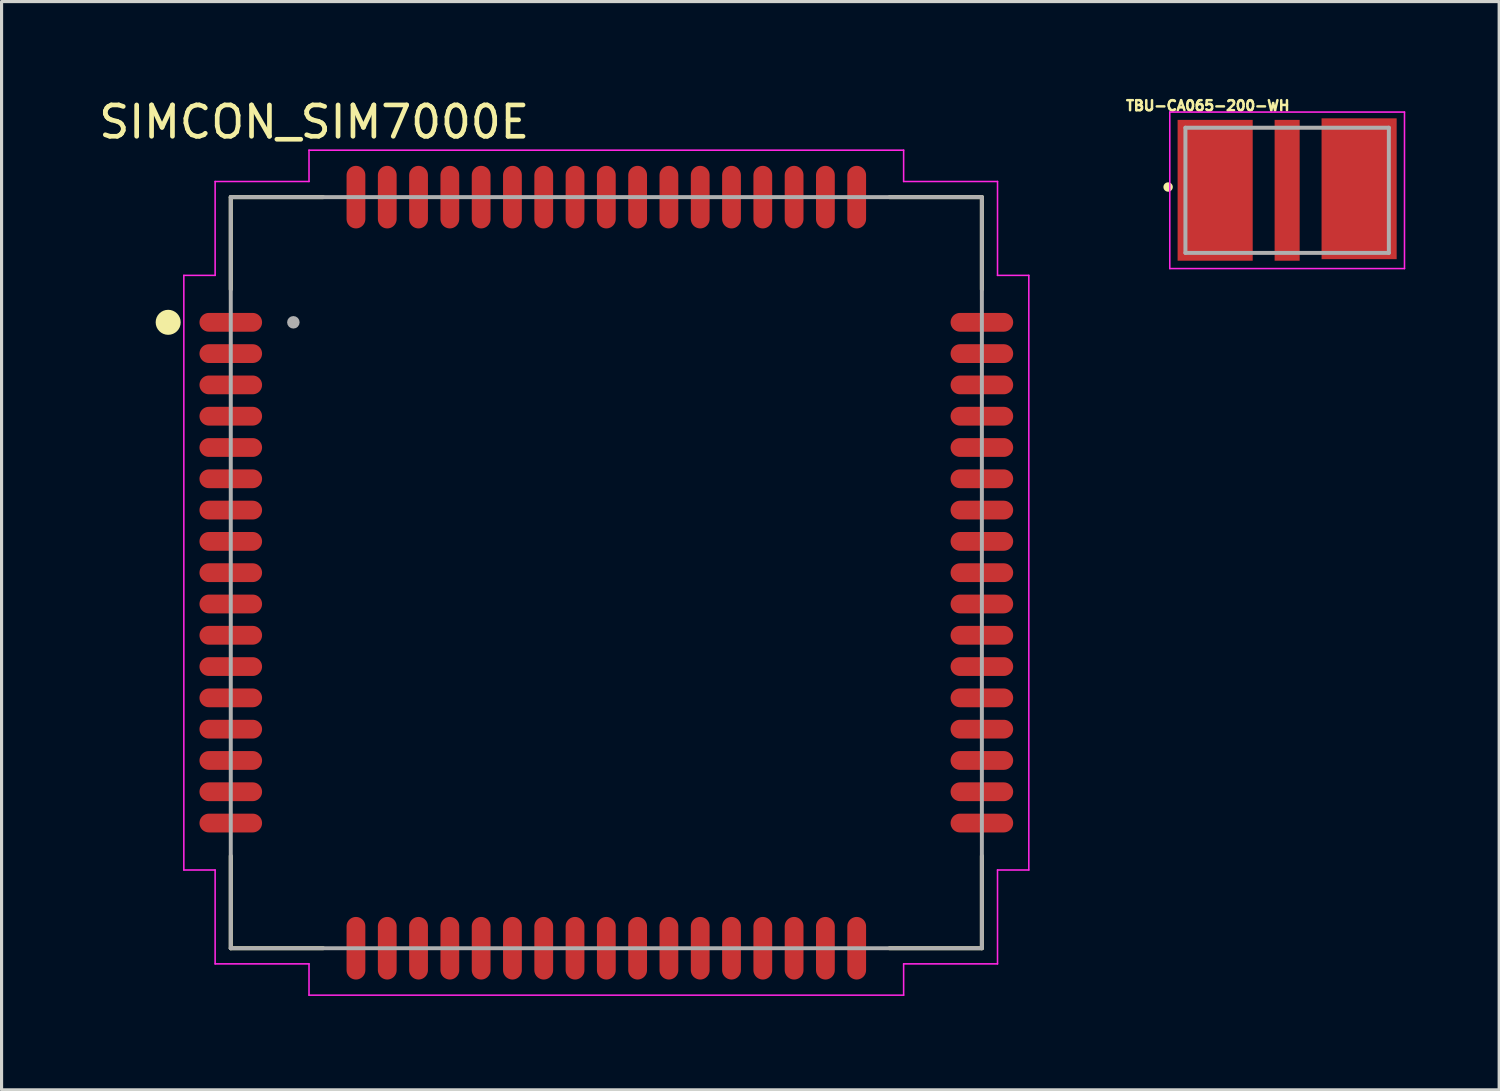
<source format=kicad_pcb>
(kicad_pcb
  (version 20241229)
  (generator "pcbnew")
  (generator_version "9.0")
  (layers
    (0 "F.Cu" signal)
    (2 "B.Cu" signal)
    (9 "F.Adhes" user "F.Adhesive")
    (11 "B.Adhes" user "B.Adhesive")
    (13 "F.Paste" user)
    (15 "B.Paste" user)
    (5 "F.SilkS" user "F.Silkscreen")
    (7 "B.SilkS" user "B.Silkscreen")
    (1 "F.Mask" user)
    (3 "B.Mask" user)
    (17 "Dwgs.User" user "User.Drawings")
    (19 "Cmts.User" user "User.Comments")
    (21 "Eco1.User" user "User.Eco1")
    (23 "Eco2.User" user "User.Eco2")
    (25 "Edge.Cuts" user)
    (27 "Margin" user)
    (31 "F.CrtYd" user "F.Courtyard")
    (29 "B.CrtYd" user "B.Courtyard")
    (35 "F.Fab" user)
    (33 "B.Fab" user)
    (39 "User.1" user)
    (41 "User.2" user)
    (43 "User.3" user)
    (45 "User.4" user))
  (footprint "TBU-CA065-200-WH"
    (layer "F.Cu")
    (at 38.078 3.031)
    (property "Reference" "TBU-CA065-200-WH" (at -2.535 -2.704 0) (layer "F.SilkS") (effects (font (size 0.32 0.32) (thickness 0.15))))
    (attr smd)
    (fp_poly (pts (xy -2.952 -1.7) (xy -1.1 -1.7) (xy -1.1 1.701) (xy -2.952 1.701)) (stroke (width 0.01) (type solid)) (fill yes) (layer "F.Mask"))
    (fp_poly (pts (xy -0.4 -1.7) (xy 0.4 -1.7) (xy 0.4 1.7) (xy -0.4 1.7)) (stroke (width 0.01) (type solid)) (fill yes) (layer "F.Mask"))
    (fp_poly (pts (xy 1.101 -1.7) (xy 2.95 -1.7) (xy 2.95 1.701) (xy 1.101 1.701)) (stroke (width 0.01) (type solid)) (fill yes) (layer "F.Mask"))
    (fp_circle (center -3.803 -0.105) (end -3.653 -0.105) (stroke (width 0) (type solid)) (fill yes) (layer "F.SilkS"))
    (fp_poly (pts (xy -2.929 -1.675) (xy -1.125 -1.675) (xy -1.125 1.677) (xy -2.929 1.677)) (stroke (width 0.01) (type solid)) (fill yes) (layer "F.Paste"))
    (fp_poly (pts (xy -0.375 -1.675) (xy 0.375 -1.675) (xy 0.375 1.675) (xy -0.375 1.675)) (stroke (width 0.01) (type solid)) (fill yes) (layer "F.Paste"))
    (fp_poly (pts (xy 1.127 -1.675) (xy 2.925 -1.675) (xy 2.925 1.678) (xy 1.127 1.678)) (stroke (width 0.01) (type solid)) (fill yes) (layer "F.Paste"))
    (fp_line (start -3.75 -2.5) (end 3.75 -2.5) (stroke (width 0.05) (type solid)) (layer "F.CrtYd"))
    (fp_line (start -3.75 2.5) (end -3.75 -2.5) (stroke (width 0.05) (type solid)) (layer "F.CrtYd"))
    (fp_line (start 3.75 -2.5) (end 3.75 2.5) (stroke (width 0.05) (type solid)) (layer "F.CrtYd"))
    (fp_line (start 3.75 2.5) (end -3.75 2.5) (stroke (width 0.05) (type solid)) (layer "F.CrtYd"))
    (fp_line (start -3.25 -2) (end 3.25 -2) (stroke (width 0.127) (type solid)) (layer "F.Fab"))
    (fp_line (start -3.25 2) (end -3.25 -2) (stroke (width 0.127) (type solid)) (layer "F.Fab"))
    (fp_line (start 3.25 -2) (end 3.25 2) (stroke (width 0.127) (type solid)) (layer "F.Fab"))
    (fp_line (start 3.25 2) (end -3.25 2) (stroke (width 0.127) (type solid)) (layer "F.Fab"))
    (pad "1" smd rect (at -2.3 0) (size 2.4 4.5) (layers "F.Cu"))
    (pad "2" smd rect (at 0 0) (size 0.8 4.5) (layers "F.Cu"))
    (pad "3" smd rect (at 2.3 -0.05) (size 2.4 4.5) (layers "F.Cu")))
  (footprint "SIMCON_SIM7000E"
    (layer "F.Cu")
    (at 16.324 15.249)
    (property "Reference" "SIMCON_SIM7000E" (at -9.335 -14.4 0) (layer "F.SilkS") (effects (font (size 1.001 1.001) (thickness 0.15))))
    (attr smd)
    (fp_line (start -12 -12) (end -9.05 -12) (stroke (width 0.127) (type solid)) (layer "F.SilkS"))
    (fp_line (start -12 -9.05) (end -12 -12) (stroke (width 0.127) (type solid)) (layer "F.SilkS"))
    (fp_line (start -12 9.05) (end -12 12) (stroke (width 0.127) (type solid)) (layer "F.SilkS"))
    (fp_line (start -12 12) (end -9.05 12) (stroke (width 0.127) (type solid)) (layer "F.SilkS"))
    (fp_line (start 9.05 -12) (end 12 -12) (stroke (width 0.127) (type solid)) (layer "F.SilkS"))
    (fp_line (start 12 -12) (end 12 -9.05) (stroke (width 0.127) (type solid)) (layer "F.SilkS"))
    (fp_line (start 12 9.05) (end 12 12) (stroke (width 0.127) (type solid)) (layer "F.SilkS"))
    (fp_line (start 12 12) (end 9.05 12) (stroke (width 0.127) (type solid)) (layer "F.SilkS"))
    (fp_circle (center -14 -8) (end -13.8 -8) (stroke (width 0.4) (type solid)) (fill no) (layer "F.SilkS"))
    (fp_line (start -13.5 -9.5) (end -12.5 -9.5) (stroke (width 0.05) (type solid)) (layer "F.CrtYd"))
    (fp_line (start -13.5 9.5) (end -13.5 -9.5) (stroke (width 0.05) (type solid)) (layer "F.CrtYd"))
    (fp_line (start -12.5 -12.5) (end -9.5 -12.5) (stroke (width 0.05) (type solid)) (layer "F.CrtYd"))
    (fp_line (start -12.5 -9.5) (end -12.5 -12.5) (stroke (width 0.05) (type solid)) (layer "F.CrtYd"))
    (fp_line (start -12.5 9.5) (end -13.5 9.5) (stroke (width 0.05) (type solid)) (layer "F.CrtYd"))
    (fp_line (start -12.5 12.5) (end -12.5 9.5) (stroke (width 0.05) (type solid)) (layer "F.CrtYd"))
    (fp_line (start -9.5 -13.5) (end 9.5 -13.5) (stroke (width 0.05) (type solid)) (layer "F.CrtYd"))
    (fp_line (start -9.5 -12.5) (end -9.5 -13.5) (stroke (width 0.05) (type solid)) (layer "F.CrtYd"))
    (fp_line (start -9.5 12.5) (end -12.5 12.5) (stroke (width 0.05) (type solid)) (layer "F.CrtYd"))
    (fp_line (start -9.5 13.5) (end -9.5 12.5) (stroke (width 0.05) (type solid)) (layer "F.CrtYd"))
    (fp_line (start 9.5 -13.5) (end 9.5 -12.5) (stroke (width 0.05) (type solid)) (layer "F.CrtYd"))
    (fp_line (start 9.5 -12.5) (end 12.5 -12.5) (stroke (width 0.05) (type solid)) (layer "F.CrtYd"))
    (fp_line (start 9.5 12.5) (end 9.5 13.5) (stroke (width 0.05) (type solid)) (layer "F.CrtYd"))
    (fp_line (start 9.5 13.5) (end -9.5 13.5) (stroke (width 0.05) (type solid)) (layer "F.CrtYd"))
    (fp_line (start 12.5 -12.5) (end 12.5 -9.5) (stroke (width 0.05) (type solid)) (layer "F.CrtYd"))
    (fp_line (start 12.5 -9.5) (end 13.5 -9.5) (stroke (width 0.05) (type solid)) (layer "F.CrtYd"))
    (fp_line (start 12.5 9.5) (end 12.5 12.5) (stroke (width 0.05) (type solid)) (layer "F.CrtYd"))
    (fp_line (start 12.5 12.5) (end 9.5 12.5) (stroke (width 0.05) (type solid)) (layer "F.CrtYd"))
    (fp_line (start 13.5 -9.5) (end 13.5 9.5) (stroke (width 0.05) (type solid)) (layer "F.CrtYd"))
    (fp_line (start 13.5 9.5) (end 12.5 9.5) (stroke (width 0.05) (type solid)) (layer "F.CrtYd"))
    (fp_line (start -12 -12) (end 12 -12) (stroke (width 0.127) (type solid)) (layer "F.Fab"))
    (fp_line (start -12 12) (end -12 -12) (stroke (width 0.127) (type solid)) (layer "F.Fab"))
    (fp_line (start 12 -12) (end 12 12) (stroke (width 0.127) (type solid)) (layer "F.Fab"))
    (fp_line (start 12 12) (end -12 12) (stroke (width 0.127) (type solid)) (layer "F.Fab"))
    (fp_circle (center -10 -8) (end -9.9 -8) (stroke (width 0.2) (type solid)) (fill no) (layer "F.Fab"))
    (pad "1" smd oval (at -12 -8) (size 2 0.6) (layers "F.Cu" "F.Mask" "F.Paste"))
    (pad "2" smd oval (at -12 -7) (size 2 0.6) (layers "F.Cu" "F.Mask" "F.Paste"))
    (pad "3" smd oval (at -12 -6) (size 2 0.6) (layers "F.Cu" "F.Mask" "F.Paste"))
    (pad "4" smd oval (at -12 -5) (size 2 0.6) (layers "F.Cu" "F.Mask" "F.Paste"))
    (pad "5" smd oval (at -12 -4) (size 2 0.6) (layers "F.Cu" "F.Mask" "F.Paste"))
    (pad "6" smd oval (at -12 -3) (size 2 0.6) (layers "F.Cu" "F.Mask" "F.Paste"))
    (pad "7" smd oval (at -12 -2) (size 2 0.6) (layers "F.Cu" "F.Mask" "F.Paste"))
    (pad "8" smd oval (at -12 -1) (size 2 0.6) (layers "F.Cu" "F.Mask" "F.Paste"))
    (pad "9" smd oval (at -12 0) (size 2 0.6) (layers "F.Cu" "F.Mask" "F.Paste"))
    (pad "10" smd oval (at -12 1) (size 2 0.6) (layers "F.Cu" "F.Mask" "F.Paste"))
    (pad "11" smd oval (at -12 2) (size 2 0.6) (layers "F.Cu" "F.Mask" "F.Paste"))
    (pad "12" smd oval (at -12 3) (size 2 0.6) (layers "F.Cu" "F.Mask" "F.Paste"))
    (pad "13" smd oval (at -12 4) (size 2 0.6) (layers "F.Cu" "F.Mask" "F.Paste"))
    (pad "14" smd oval (at -12 5) (size 2 0.6) (layers "F.Cu" "F.Mask" "F.Paste"))
    (pad "15" smd oval (at -12 6) (size 2 0.6) (layers "F.Cu" "F.Mask" "F.Paste"))
    (pad "16" smd oval (at -12 7) (size 2 0.6) (layers "F.Cu" "F.Mask" "F.Paste"))
    (pad "17" smd oval (at -12 8) (size 2 0.6) (layers "F.Cu" "F.Mask" "F.Paste"))
    (pad "18" smd oval (at -8 12 270) (size 2 0.6) (layers "F.Cu" "F.Mask" "F.Paste"))
    (pad "19" smd oval (at -7 12 270) (size 2 0.6) (layers "F.Cu" "F.Mask" "F.Paste"))
    (pad "20" smd oval (at -6 12 270) (size 2 0.6) (layers "F.Cu" "F.Mask" "F.Paste"))
    (pad "21" smd oval (at -5 12 270) (size 2 0.6) (layers "F.Cu" "F.Mask" "F.Paste"))
    (pad "22" smd oval (at -4 12 270) (size 2 0.6) (layers "F.Cu" "F.Mask" "F.Paste"))
    (pad "23" smd oval (at -3 12 270) (size 2 0.6) (layers "F.Cu" "F.Mask" "F.Paste"))
    (pad "24" smd oval (at -2 12 270) (size 2 0.6) (layers "F.Cu" "F.Mask" "F.Paste"))
    (pad "25" smd oval (at -1 12 270) (size 2 0.6) (layers "F.Cu" "F.Mask" "F.Paste"))
    (pad "26" smd oval (at 0 12 270) (size 2 0.6) (layers "F.Cu" "F.Mask" "F.Paste"))
    (pad "27" smd oval (at 1 12 270) (size 2 0.6) (layers "F.Cu" "F.Mask" "F.Paste"))
    (pad "28" smd oval (at 2 12 270) (size 2 0.6) (layers "F.Cu" "F.Mask" "F.Paste"))
    (pad "29" smd oval (at 3 12 270) (size 2 0.6) (layers "F.Cu" "F.Mask" "F.Paste"))
    (pad "30" smd oval (at 4 12 270) (size 2 0.6) (layers "F.Cu" "F.Mask" "F.Paste"))
    (pad "31" smd oval (at 5 12 270) (size 2 0.6) (layers "F.Cu" "F.Mask" "F.Paste"))
    (pad "32" smd oval (at 6 12 270) (size 2 0.6) (layers "F.Cu" "F.Mask" "F.Paste"))
    (pad "33" smd oval (at 7 12 270) (size 2 0.6) (layers "F.Cu" "F.Mask" "F.Paste"))
    (pad "34" smd oval (at 8 12 270) (size 2 0.6) (layers "F.Cu" "F.Mask" "F.Paste"))
    (pad "35" smd oval (at 12 8) (size 2 0.6) (layers "F.Cu" "F.Mask" "F.Paste"))
    (pad "36" smd oval (at 12 7) (size 2 0.6) (layers "F.Cu" "F.Mask" "F.Paste"))
    (pad "37" smd oval (at 12 6) (size 2 0.6) (layers "F.Cu" "F.Mask" "F.Paste"))
    (pad "38" smd oval (at 12 5) (size 2 0.6) (layers "F.Cu" "F.Mask" "F.Paste"))
    (pad "39" smd oval (at 12 4) (size 2 0.6) (layers "F.Cu" "F.Mask" "F.Paste"))
    (pad "40" smd oval (at 12 3) (size 2 0.6) (layers "F.Cu" "F.Mask" "F.Paste"))
    (pad "41" smd oval (at 12 2) (size 2 0.6) (layers "F.Cu" "F.Mask" "F.Paste"))
    (pad "42" smd oval (at 12 1) (size 2 0.6) (layers "F.Cu" "F.Mask" "F.Paste"))
    (pad "43" smd oval (at 12 0) (size 2 0.6) (layers "F.Cu" "F.Mask" "F.Paste"))
    (pad "44" smd oval (at 12 -1) (size 2 0.6) (layers "F.Cu" "F.Mask" "F.Paste"))
    (pad "45" smd oval (at 12 -2) (size 2 0.6) (layers "F.Cu" "F.Mask" "F.Paste"))
    (pad "46" smd oval (at 12 -3) (size 2 0.6) (layers "F.Cu" "F.Mask" "F.Paste"))
    (pad "47" smd oval (at 12 -4) (size 2 0.6) (layers "F.Cu" "F.Mask" "F.Paste"))
    (pad "48" smd oval (at 12 -5) (size 2 0.6) (layers "F.Cu" "F.Mask" "F.Paste"))
    (pad "49" smd oval (at 12 -6) (size 2 0.6) (layers "F.Cu" "F.Mask" "F.Paste"))
    (pad "50" smd oval (at 12 -7) (size 2 0.6) (layers "F.Cu" "F.Mask" "F.Paste"))
    (pad "51" smd oval (at 12 -8) (size 2 0.6) (layers "F.Cu" "F.Mask" "F.Paste"))
    (pad "52" smd oval (at 8 -12 90) (size 2 0.6) (layers "F.Cu" "F.Mask" "F.Paste"))
    (pad "53" smd oval (at 7 -12 90) (size 2 0.6) (layers "F.Cu" "F.Mask" "F.Paste"))
    (pad "54" smd oval (at 6 -12 90) (size 2 0.6) (layers "F.Cu" "F.Mask" "F.Paste"))
    (pad "55" smd oval (at 5 -12 90) (size 2 0.6) (layers "F.Cu" "F.Mask" "F.Paste"))
    (pad "56" smd oval (at 4 -12 90) (size 2 0.6) (layers "F.Cu" "F.Mask" "F.Paste"))
    (pad "57" smd oval (at 3 -12 90) (size 2 0.6) (layers "F.Cu" "F.Mask" "F.Paste"))
    (pad "58" smd oval (at 2 -12 90) (size 2 0.6) (layers "F.Cu" "F.Mask" "F.Paste"))
    (pad "59" smd oval (at 1 -12 90) (size 2 0.6) (layers "F.Cu" "F.Mask" "F.Paste"))
    (pad "60" smd oval (at 0 -12 90) (size 2 0.6) (layers "F.Cu" "F.Mask" "F.Paste"))
    (pad "61" smd oval (at -1 -12 90) (size 2 0.6) (layers "F.Cu" "F.Mask" "F.Paste"))
    (pad "62" smd oval (at -2 -12 90) (size 2 0.6) (layers "F.Cu" "F.Mask" "F.Paste"))
    (pad "63" smd oval (at -3 -12 90) (size 2 0.6) (layers "F.Cu" "F.Mask" "F.Paste"))
    (pad "64" smd oval (at -4 -12 90) (size 2 0.6) (layers "F.Cu" "F.Mask" "F.Paste"))
    (pad "65" smd oval (at -5 -12 90) (size 2 0.6) (layers "F.Cu" "F.Mask" "F.Paste"))
    (pad "66" smd oval (at -6 -12 90) (size 2 0.6) (layers "F.Cu" "F.Mask" "F.Paste"))
    (pad "67" smd oval (at -7 -12 90) (size 2 0.6) (layers "F.Cu" "F.Mask" "F.Paste"))
    (pad "68" smd oval (at -8 -12 90) (size 2 0.6) (layers "F.Cu" "F.Mask" "F.Paste"))
    (zone (net_name "") (layer "F.Cu") (hatch full 0.508) (connect_pads) (min_thickness 0.01) (filled_areas_thickness no) (keepout (tracks not_allowed) (vias not_allowed) (pads not_allowed) (copperpour not_allowed) (footprints allowed)) (placement (enabled no)) (fill) (polygon (pts (xy 5.414 6.049) (xy 7.824 6.049) (xy 7.824 8.442) (xy 5.414 8.442))))
    (zone (net_name "") (layer "F.Cu") (hatch full 0.508) (connect_pads) (min_thickness 0.01) (filled_areas_thickness no) (keepout (tracks not_allowed) (vias not_allowed) (pads not_allowed) (copperpour not_allowed) (footprints allowed)) (placement (enabled no)) (fill) (polygon (pts (xy 17.625 17.149) (xy 20.024 17.149) (xy 20.024 19.553) (xy 17.625 19.553)))))
  (gr_rect
    (start -3 -3)
    (end 44.853 31.774)
    (stroke (width 0.1) (type default))
    (fill no)
    (layer "Edge.Cuts")))
</source>
